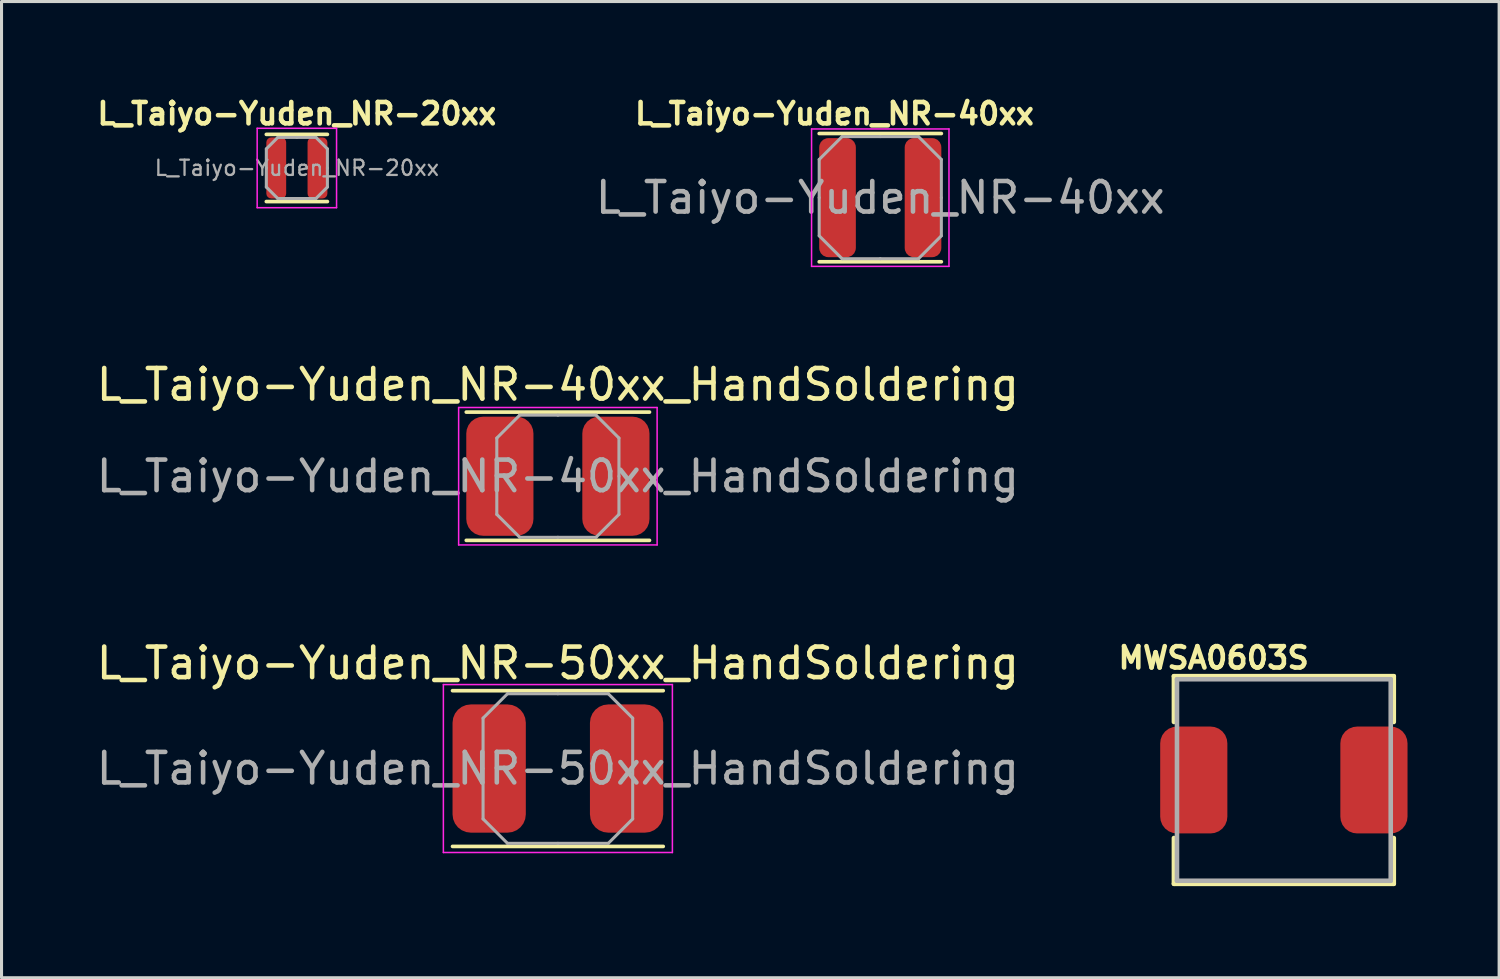
<source format=kicad_pcb>
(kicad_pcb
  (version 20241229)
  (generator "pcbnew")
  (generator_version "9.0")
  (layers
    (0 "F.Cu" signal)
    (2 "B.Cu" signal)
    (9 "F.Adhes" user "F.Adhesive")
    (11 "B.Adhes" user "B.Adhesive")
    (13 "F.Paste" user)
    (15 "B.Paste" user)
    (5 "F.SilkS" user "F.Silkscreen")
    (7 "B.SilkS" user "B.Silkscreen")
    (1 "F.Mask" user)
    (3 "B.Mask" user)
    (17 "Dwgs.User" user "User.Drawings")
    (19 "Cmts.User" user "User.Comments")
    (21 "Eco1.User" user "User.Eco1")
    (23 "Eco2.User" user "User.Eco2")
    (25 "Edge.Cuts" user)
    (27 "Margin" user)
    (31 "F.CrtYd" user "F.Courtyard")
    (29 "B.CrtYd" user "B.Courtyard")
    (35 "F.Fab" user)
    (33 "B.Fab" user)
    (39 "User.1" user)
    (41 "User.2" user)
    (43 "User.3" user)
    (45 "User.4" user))
  (footprint "L_Taiyo-Yuden_NR-40xx_HandSoldering"
    (layer "F.Cu")
    (at 15.22 12.546)
    (property "Reference" "L_Taiyo-Yuden_NR-40xx_HandSoldering" (at 0 -3 0) (layer "F.SilkS") (effects (font (size 1 1) (thickness 0.15))))
    (attr smd)
    (fp_line (start -3 -2.1) (end 3 -2.1) (stroke (width 0.12) (type solid)) (layer "F.SilkS"))
    (fp_line (start -3 2.1) (end 3 2.1) (stroke (width 0.12) (type solid)) (layer "F.SilkS"))
    (fp_line (start -3.25 -2.25) (end -3.25 2.25) (stroke (width 0.05) (type solid)) (layer "F.CrtYd"))
    (fp_line (start -3.25 2.25) (end 3.25 2.25) (stroke (width 0.05) (type solid)) (layer "F.CrtYd"))
    (fp_line (start 3.25 -2.25) (end -3.25 -2.25) (stroke (width 0.05) (type solid)) (layer "F.CrtYd"))
    (fp_line (start 3.25 2.25) (end 3.25 -2.25) (stroke (width 0.05) (type solid)) (layer "F.CrtYd"))
    (fp_line (start -2 -1.25) (end -1.25 -2) (stroke (width 0.1) (type solid)) (layer "F.Fab"))
    (fp_line (start -2 0) (end -2 -1.25) (stroke (width 0.1) (type solid)) (layer "F.Fab"))
    (fp_line (start -2 0) (end -2 1.25) (stroke (width 0.1) (type solid)) (layer "F.Fab"))
    (fp_line (start -2 1.25) (end -1.25 2) (stroke (width 0.1) (type solid)) (layer "F.Fab"))
    (fp_line (start -1.25 -2) (end 0 -2) (stroke (width 0.1) (type solid)) (layer "F.Fab"))
    (fp_line (start -1.25 2) (end 0 2) (stroke (width 0.1) (type solid)) (layer "F.Fab"))
    (fp_line (start 1.25 -2) (end 0 -2) (stroke (width 0.1) (type solid)) (layer "F.Fab"))
    (fp_line (start 1.25 2) (end 0 2) (stroke (width 0.1) (type solid)) (layer "F.Fab"))
    (fp_line (start 2 -1.25) (end 1.25 -2) (stroke (width 0.1) (type solid)) (layer "F.Fab"))
    (fp_line (start 2 0) (end 2 -1.25) (stroke (width 0.1) (type solid)) (layer "F.Fab"))
    (fp_line (start 2 0) (end 2 1.25) (stroke (width 0.1) (type solid)) (layer "F.Fab"))
    (fp_line (start 2 1.25) (end 1.25 2) (stroke (width 0.1) (type solid)) (layer "F.Fab"))
    (fp_text user "${REFERENCE}" (at 0 0 0) (layer "F.Fab") (effects (font (size 1 1) (thickness 0.15))))
    (pad "1" smd roundrect (at -1.9 0) (size 2.2 3.9) (layers "F.Cu" "F.Mask" "F.Paste") (roundrect_rratio 0.25))
    (pad "2" smd roundrect (at 1.9 0) (size 2.2 3.9) (layers "F.Cu" "F.Mask" "F.Paste") (roundrect_rratio 0.25)))
  (footprint "MWSA0603S"
    (layer "F.Cu")
    (at 38.995 22.494)
    (property "Reference" "MWSA0603S" (at -2.3 -4 0) (layer "F.SilkS") (effects (font (size 0.7 0.7) (thickness 0.15))))
    (attr smd)
    (fp_line (start -3.6 -3.4) (end -3.6 -1.9) (stroke (width 0.15) (type solid)) (layer "F.SilkS"))
    (fp_line (start -3.6 -3.4) (end 3.6 -3.4) (stroke (width 0.15) (type solid)) (layer "F.SilkS"))
    (fp_line (start -3.6 3.4) (end -3.6 1.9) (stroke (width 0.15) (type solid)) (layer "F.SilkS"))
    (fp_line (start -3.6 3.4) (end 3.6 3.4) (stroke (width 0.15) (type solid)) (layer "F.SilkS"))
    (fp_line (start 3.6 -3.4) (end 3.6 -1.9) (stroke (width 0.15) (type solid)) (layer "F.SilkS"))
    (fp_line (start 3.6 3.4) (end 3.6 1.9) (stroke (width 0.15) (type solid)) (layer "F.SilkS"))
    (fp_line (start -3.5 -3.3) (end 3.5 -3.3) (stroke (width 0.15) (type solid)) (layer "F.Fab"))
    (fp_line (start -3.5 3.3) (end -3.5 -3.3) (stroke (width 0.15) (type solid)) (layer "F.Fab"))
    (fp_line (start 3.5 -3.3) (end 3.5 3.3) (stroke (width 0.15) (type solid)) (layer "F.Fab"))
    (fp_line (start 3.5 3.3) (end -3.5 3.3) (stroke (width 0.15) (type solid)) (layer "F.Fab"))
    (pad "1" smd roundrect (at -2.95 0) (size 2.2 3.5) (layers "F.Cu" "F.Mask" "F.Paste") (roundrect_rratio 0.25))
    (pad "2" smd roundrect (at 2.95 0) (size 2.2 3.5) (layers "F.Cu" "F.Mask" "F.Paste") (roundrect_rratio 0.25)))
  (footprint "L_Taiyo-Yuden_NR-40xx"
    (layer "F.Cu")
    (at 25.778 3.423)
    (property "Reference" "L_Taiyo-Yuden_NR-40xx" (at -1.5 -2.75 0) (layer "F.SilkS") (effects (font (size 0.7 0.7) (thickness 0.15))))
    (attr smd)
    (fp_line (start -2 -2.1) (end 2 -2.1) (stroke (width 0.12) (type solid)) (layer "F.SilkS"))
    (fp_line (start -2 2.1) (end 2 2.1) (stroke (width 0.12) (type solid)) (layer "F.SilkS"))
    (fp_line (start -2.25 -2.25) (end -2.25 2.25) (stroke (width 0.05) (type solid)) (layer "F.CrtYd"))
    (fp_line (start -2.25 2.25) (end 2.25 2.25) (stroke (width 0.05) (type solid)) (layer "F.CrtYd"))
    (fp_line (start 2.25 -2.25) (end -2.25 -2.25) (stroke (width 0.05) (type solid)) (layer "F.CrtYd"))
    (fp_line (start 2.25 2.25) (end 2.25 -2.25) (stroke (width 0.05) (type solid)) (layer "F.CrtYd"))
    (fp_line (start -2 -1.25) (end -1.25 -2) (stroke (width 0.1) (type solid)) (layer "F.Fab"))
    (fp_line (start -2 0) (end -2 -1.25) (stroke (width 0.1) (type solid)) (layer "F.Fab"))
    (fp_line (start -2 0) (end -2 1.25) (stroke (width 0.1) (type solid)) (layer "F.Fab"))
    (fp_line (start -2 1.25) (end -1.25 2) (stroke (width 0.1) (type solid)) (layer "F.Fab"))
    (fp_line (start -1.25 -2) (end 0 -2) (stroke (width 0.1) (type solid)) (layer "F.Fab"))
    (fp_line (start -1.25 2) (end 0 2) (stroke (width 0.1) (type solid)) (layer "F.Fab"))
    (fp_line (start 1.25 -2) (end 0 -2) (stroke (width 0.1) (type solid)) (layer "F.Fab"))
    (fp_line (start 1.25 2) (end 0 2) (stroke (width 0.1) (type solid)) (layer "F.Fab"))
    (fp_line (start 2 -1.25) (end 1.25 -2) (stroke (width 0.1) (type solid)) (layer "F.Fab"))
    (fp_line (start 2 0) (end 2 -1.25) (stroke (width 0.1) (type solid)) (layer "F.Fab"))
    (fp_line (start 2 0) (end 2 1.25) (stroke (width 0.1) (type solid)) (layer "F.Fab"))
    (fp_line (start 2 1.25) (end 1.25 2) (stroke (width 0.1) (type solid)) (layer "F.Fab"))
    (fp_text user "${REFERENCE}" (at 0 0 0) (layer "F.Fab") (effects (font (size 1 1) (thickness 0.15))))
    (pad "1" smd roundrect (at -1.4 0) (size 1.2 3.9) (layers "F.Cu" "F.Mask" "F.Paste") (roundrect_rratio 0.25))
    (pad "2" smd roundrect (at 1.4 0) (size 1.2 3.9) (layers "F.Cu" "F.Mask" "F.Paste") (roundrect_rratio 0.25)))
  (footprint "L_Taiyo-Yuden_NR-20xx"
    (layer "F.Cu")
    (at 6.672 2.451)
    (property "Reference" "L_Taiyo-Yuden_NR-20xx" (at 0 -1.778 0) (layer "F.SilkS") (effects (font (size 0.7 0.7) (thickness 0.15))))
    (attr smd)
    (fp_line (start -1 -1.1) (end 1 -1.1) (stroke (width 0.12) (type solid)) (layer "F.SilkS"))
    (fp_line (start -1 1.1) (end 1 1.1) (stroke (width 0.12) (type solid)) (layer "F.SilkS"))
    (fp_line (start -1.3 -1.3) (end -1.3 1.3) (stroke (width 0.05) (type solid)) (layer "F.CrtYd"))
    (fp_line (start -1.3 1.3) (end 1.3 1.3) (stroke (width 0.05) (type solid)) (layer "F.CrtYd"))
    (fp_line (start 1.3 -1.3) (end -1.3 -1.3) (stroke (width 0.05) (type solid)) (layer "F.CrtYd"))
    (fp_line (start 1.3 1.3) (end 1.3 -1.3) (stroke (width 0.05) (type solid)) (layer "F.CrtYd"))
    (fp_line (start -1 -0.625) (end -0.625 -1) (stroke (width 0.1) (type solid)) (layer "F.Fab"))
    (fp_line (start -1 0) (end -1 -0.625) (stroke (width 0.1) (type solid)) (layer "F.Fab"))
    (fp_line (start -1 0) (end -1 0.625) (stroke (width 0.1) (type solid)) (layer "F.Fab"))
    (fp_line (start -1 0.625) (end -0.625 1) (stroke (width 0.1) (type solid)) (layer "F.Fab"))
    (fp_line (start -0.625 -1) (end 0 -1) (stroke (width 0.1) (type solid)) (layer "F.Fab"))
    (fp_line (start -0.625 1) (end 0 1) (stroke (width 0.1) (type solid)) (layer "F.Fab"))
    (fp_line (start 0.625 -1) (end 0 -1) (stroke (width 0.1) (type solid)) (layer "F.Fab"))
    (fp_line (start 0.625 1) (end 0 1) (stroke (width 0.1) (type solid)) (layer "F.Fab"))
    (fp_line (start 1 -0.625) (end 0.625 -1) (stroke (width 0.1) (type solid)) (layer "F.Fab"))
    (fp_line (start 1 0) (end 1 -0.625) (stroke (width 0.1) (type solid)) (layer "F.Fab"))
    (fp_line (start 1 0) (end 1 0.625) (stroke (width 0.1) (type solid)) (layer "F.Fab"))
    (fp_line (start 1 0.625) (end 0.625 1) (stroke (width 0.1) (type solid)) (layer "F.Fab"))
    (fp_text user "${REFERENCE}" (at 0 0 0) (layer "F.Fab") (effects (font (size 0.5 0.5) (thickness 0.075))))
    (pad "1" smd roundrect (at -0.675 0) (size 0.65 2) (layers "F.Cu" "F.Mask" "F.Paste") (roundrect_rratio 0.25))
    (pad "2" smd roundrect (at 0.675 0) (size 0.65 2) (layers "F.Cu" "F.Mask" "F.Paste") (roundrect_rratio 0.25)))
  (footprint "L_Taiyo-Yuden_NR-50xx_HandSoldering"
    (layer "F.Cu")
    (at 15.22 22.119)
    (property "Reference" "L_Taiyo-Yuden_NR-50xx_HandSoldering" (at 0 -3.45 0) (layer "F.SilkS") (effects (font (size 1 1) (thickness 0.15))))
    (attr smd)
    (fp_line (start -3.45 -2.55) (end 3.45 -2.55) (stroke (width 0.12) (type solid)) (layer "F.SilkS"))
    (fp_line (start -3.45 2.55) (end 3.45 2.55) (stroke (width 0.12) (type solid)) (layer "F.SilkS"))
    (fp_line (start -3.75 -2.75) (end -3.75 2.75) (stroke (width 0.05) (type solid)) (layer "F.CrtYd"))
    (fp_line (start -3.75 2.75) (end 3.75 2.75) (stroke (width 0.05) (type solid)) (layer "F.CrtYd"))
    (fp_line (start 3.75 -2.75) (end -3.75 -2.75) (stroke (width 0.05) (type solid)) (layer "F.CrtYd"))
    (fp_line (start 3.75 2.75) (end 3.75 -2.75) (stroke (width 0.05) (type solid)) (layer "F.CrtYd"))
    (fp_line (start -2.45 -1.65) (end -1.65 -2.45) (stroke (width 0.1) (type solid)) (layer "F.Fab"))
    (fp_line (start -2.45 0) (end -2.45 -1.65) (stroke (width 0.1) (type solid)) (layer "F.Fab"))
    (fp_line (start -2.45 0) (end -2.45 1.65) (stroke (width 0.1) (type solid)) (layer "F.Fab"))
    (fp_line (start -2.45 1.65) (end -1.65 2.45) (stroke (width 0.1) (type solid)) (layer "F.Fab"))
    (fp_line (start -1.65 -2.45) (end 0 -2.45) (stroke (width 0.1) (type solid)) (layer "F.Fab"))
    (fp_line (start -1.65 2.45) (end 0 2.45) (stroke (width 0.1) (type solid)) (layer "F.Fab"))
    (fp_line (start 1.65 -2.45) (end 0 -2.45) (stroke (width 0.1) (type solid)) (layer "F.Fab"))
    (fp_line (start 1.65 2.45) (end 0 2.45) (stroke (width 0.1) (type solid)) (layer "F.Fab"))
    (fp_line (start 2.45 -1.65) (end 1.65 -2.45) (stroke (width 0.1) (type solid)) (layer "F.Fab"))
    (fp_line (start 2.45 0) (end 2.45 -1.65) (stroke (width 0.1) (type solid)) (layer "F.Fab"))
    (fp_line (start 2.45 0) (end 2.45 1.65) (stroke (width 0.1) (type solid)) (layer "F.Fab"))
    (fp_line (start 2.45 1.65) (end 1.65 2.45) (stroke (width 0.1) (type solid)) (layer "F.Fab"))
    (fp_text user "${REFERENCE}" (at 0 0 0) (layer "F.Fab") (effects (font (size 1 1) (thickness 0.15))))
    (pad "1" smd roundrect (at -2.25 0) (size 2.4 4.2) (layers "F.Cu" "F.Mask" "F.Paste") (roundrect_rratio 0.25))
    (pad "2" smd roundrect (at 2.25 0) (size 2.4 4.2) (layers "F.Cu" "F.Mask" "F.Paste") (roundrect_rratio 0.25)))
  (gr_rect
    (start -3 -3)
    (end 46.045 28.969)
    (stroke (width 0.1) (type default))
    (fill no)
    (layer "Edge.Cuts")))
</source>
